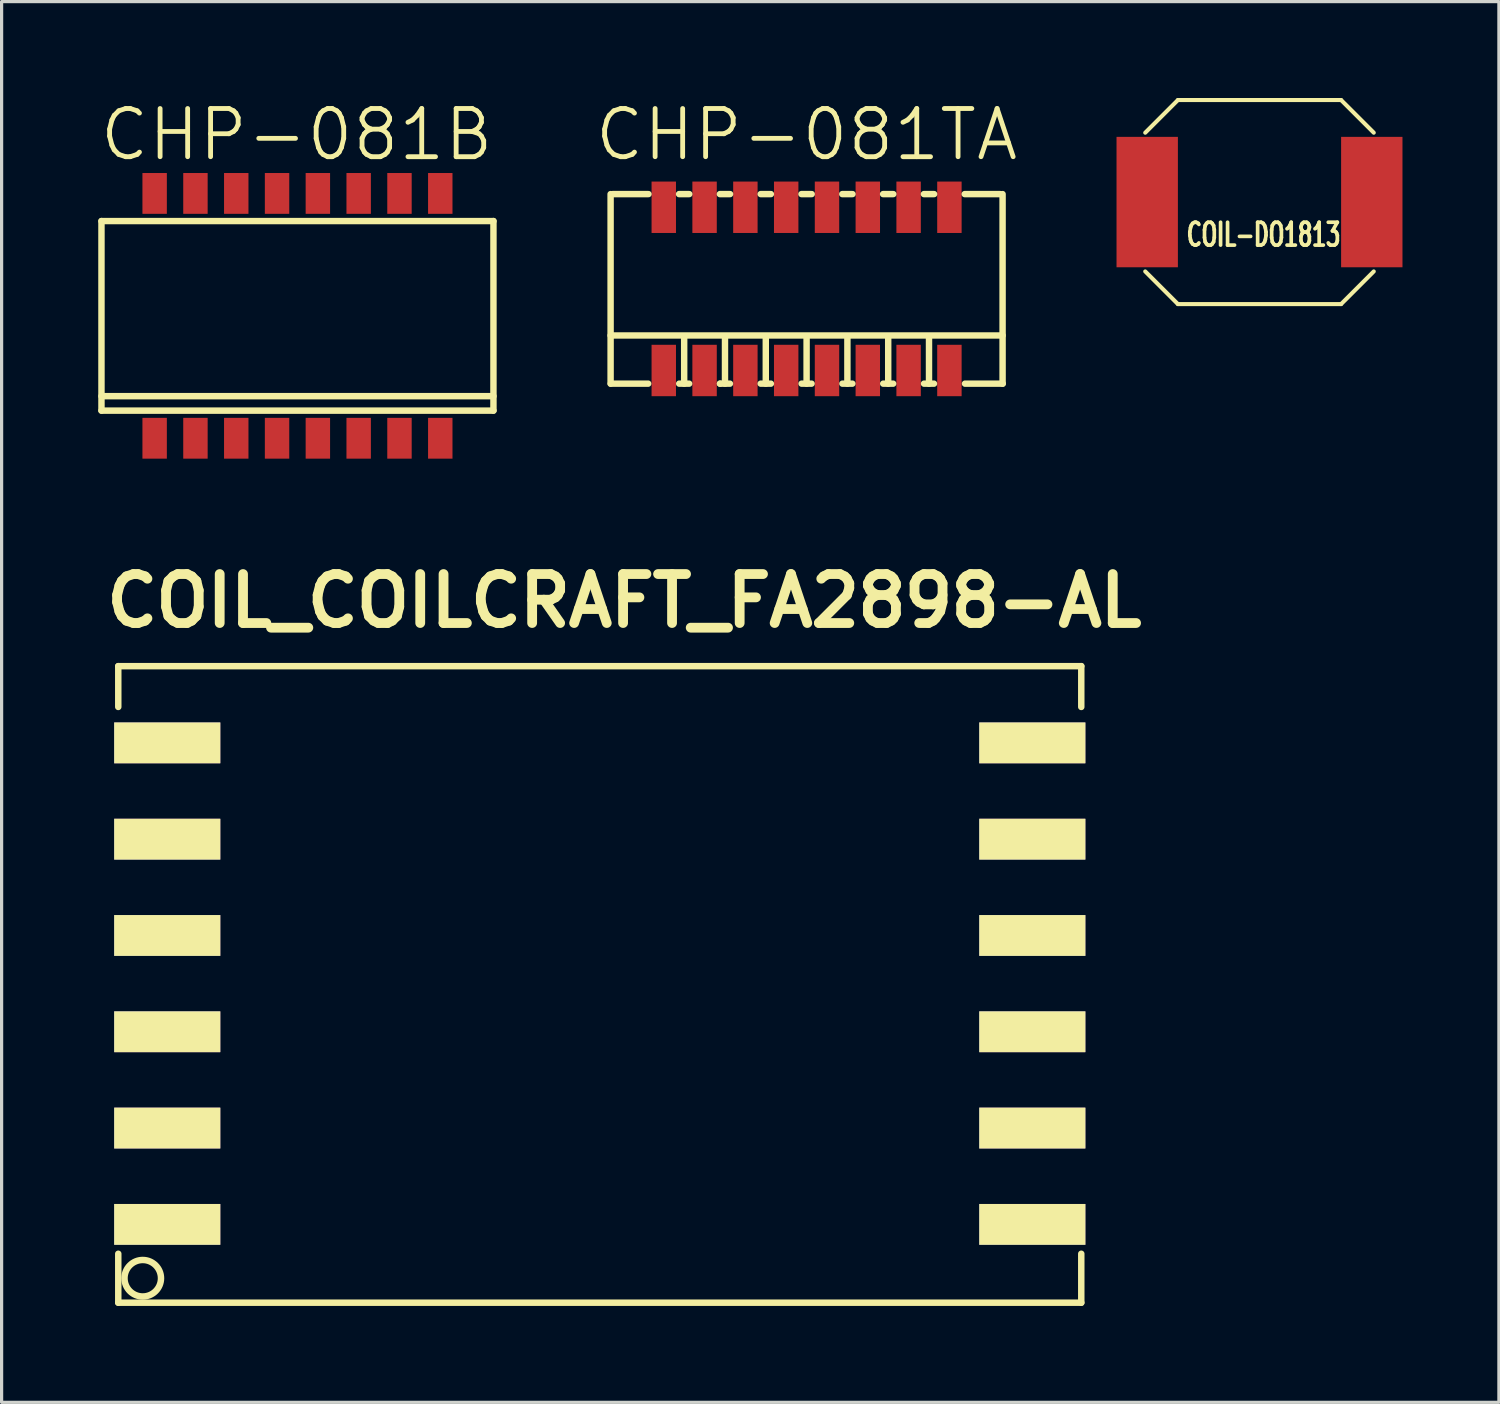
<source format=kicad_pcb>
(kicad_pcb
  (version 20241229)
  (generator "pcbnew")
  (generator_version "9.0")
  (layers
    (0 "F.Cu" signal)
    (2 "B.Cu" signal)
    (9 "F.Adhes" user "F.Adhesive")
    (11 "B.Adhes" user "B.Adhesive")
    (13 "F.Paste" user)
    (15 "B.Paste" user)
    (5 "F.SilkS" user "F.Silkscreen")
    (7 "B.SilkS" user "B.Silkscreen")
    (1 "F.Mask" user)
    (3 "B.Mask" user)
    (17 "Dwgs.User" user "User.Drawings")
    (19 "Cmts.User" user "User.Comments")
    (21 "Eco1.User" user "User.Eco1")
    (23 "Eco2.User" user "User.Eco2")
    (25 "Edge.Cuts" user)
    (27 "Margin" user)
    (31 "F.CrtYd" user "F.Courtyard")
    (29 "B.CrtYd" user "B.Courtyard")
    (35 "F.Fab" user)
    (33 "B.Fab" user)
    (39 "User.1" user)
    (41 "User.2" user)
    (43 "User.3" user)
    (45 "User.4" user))
  (footprint "COIL_COILCRAFT_FA2898-AL"
    (layer "F.Cu")
    (at 15.617 26.065)
    (property "Reference" "COIL_COILCRAFT_FA2898-AL" (at 0.762 -10.414 0) (layer "F.SilkS") (effects (font (size 1.524 1.524) (thickness 0.305))))
    (attr through_hole)
    (fp_line (start -14.986 -8.382) (end 14.986 -8.382) (stroke (width 0.201) (type solid)) (layer "F.SilkS"))
    (fp_line (start -14.986 -7.112) (end -14.986 -8.382) (stroke (width 0.201) (type solid)) (layer "F.SilkS"))
    (fp_line (start -14.986 9.906) (end -14.986 11.43) (stroke (width 0.201) (type solid)) (layer "F.SilkS"))
    (fp_line (start -14.986 11.43) (end 14.986 11.43) (stroke (width 0.201) (type solid)) (layer "F.SilkS"))
    (fp_line (start 14.986 -8.382) (end 14.986 -7.112) (stroke (width 0.201) (type solid)) (layer "F.SilkS"))
    (fp_line (start 14.986 11.43) (end 14.986 9.906) (stroke (width 0.201) (type solid)) (layer "F.SilkS"))
    (fp_circle (center -14.224 10.668) (end -13.716 10.922) (stroke (width 0.201) (type solid)) (fill no) (layer "F.SilkS"))
    (pad "1" thru_hole rect (at -13.462 8.992) (size 3.302 1.27) (drill 0.000001) (layers "*.Cu" "*.Mask" "F.SilkS"))
    (pad "2" thru_hole rect (at -13.462 5.994) (size 3.302 1.27) (drill 0.000001) (layers "*.Cu" "*.Mask" "F.SilkS"))
    (pad "3" thru_hole rect (at -13.462 2.997) (size 3.302 1.27) (drill 0.000001) (layers "*.Cu" "*.Mask" "F.SilkS"))
    (pad "4" thru_hole rect (at -13.462 0) (size 3.302 1.27) (drill 0.000001) (layers "*.Cu" "*.Mask" "F.SilkS"))
    (pad "5" thru_hole rect (at -13.462 -2.997) (size 3.302 1.27) (drill 0.000001) (layers "*.Cu" "*.Mask" "F.SilkS"))
    (pad "6" thru_hole rect (at -13.462 -5.994) (size 3.302 1.27) (drill 0.000001) (layers "*.Cu" "*.Mask" "F.SilkS"))
    (pad "7" thru_hole rect (at 13.462 -5.994) (size 3.302 1.27) (drill 0.000001) (layers "*.Cu" "*.Mask" "F.SilkS"))
    (pad "8" thru_hole rect (at 13.462 -2.997) (size 3.302 1.27) (drill 0.000001) (layers "*.Cu" "*.Mask" "F.SilkS"))
    (pad "9" thru_hole rect (at 13.462 0) (size 3.302 1.27) (drill 0.000001) (layers "*.Cu" "*.Mask" "F.SilkS"))
    (pad "10" thru_hole rect (at 13.462 2.997) (size 3.302 1.27) (drill 0.000001) (layers "*.Cu" "*.Mask" "F.SilkS"))
    (pad "11" thru_hole rect (at 13.462 5.994) (size 3.302 1.27) (drill 0.000001) (layers "*.Cu" "*.Mask" "F.SilkS"))
    (pad "12" thru_hole rect (at 13.462 8.992) (size 3.302 1.27) (drill 0.000001) (layers "*.Cu" "*.Mask" "F.SilkS")))
  (footprint "COIL-DO1813"
    (layer "F.Cu")
    (at 36.15 3.239)
    (property "Reference" "COIL-DO1813" (at 0.127 1.016 0) (layer "F.SilkS") (effects (font (size 0.711 0.457) (thickness 0.127))))
    (attr through_hole)
    (fp_line (start -2.54 -3.175) (end -3.556 -2.159) (stroke (width 0.127) (type solid)) (layer "F.SilkS"))
    (fp_line (start -2.54 -3.175) (end 2.54 -3.175) (stroke (width 0.127) (type solid)) (layer "F.SilkS"))
    (fp_line (start -2.54 3.175) (end -3.556 2.159) (stroke (width 0.127) (type solid)) (layer "F.SilkS"))
    (fp_line (start -2.54 3.175) (end 2.54 3.175) (stroke (width 0.127) (type solid)) (layer "F.SilkS"))
    (fp_line (start 2.54 -3.175) (end 3.556 -2.159) (stroke (width 0.127) (type solid)) (layer "F.SilkS"))
    (fp_line (start 2.54 3.175) (end 3.556 2.159) (stroke (width 0.127) (type solid)) (layer "F.SilkS"))
    (pad "1" smd rect (at -3.495 0) (size 1.91 4.059) (layers "F.Cu" "F.Mask" "F.Paste"))
    (pad "2" smd rect (at 3.495 0) (size 1.91 4.059) (layers "F.Cu" "F.Mask" "F.Paste")))
  (footprint "CHP-081TA"
    (layer "F.Cu")
    (at 22.054 5.941)
    (property "Reference" "CHP-081TA" (at 0 -4.8 0) (layer "F.SilkS") (effects (font (size 1.5 1.5) (thickness 0.15))))
    (attr through_hole)
    (fp_line (start -6.1 -2.95) (end -6.1 2.95) (stroke (width 0.2) (type solid)) (layer "F.SilkS"))
    (fp_line (start -6.1 1.45) (end 6.1 1.45) (stroke (width 0.2) (type solid)) (layer "F.SilkS"))
    (fp_line (start -6.095 2.95) (end -4.93 2.95) (stroke (width 0.2) (type solid)) (layer "F.SilkS"))
    (fp_line (start -4.921 -2.95) (end -6.032 -2.95) (stroke (width 0.2) (type solid)) (layer "F.SilkS"))
    (fp_line (start -3.969 -2.95) (end -3.651 -2.95) (stroke (width 0.2) (type solid)) (layer "F.SilkS"))
    (fp_line (start -3.81 2.95) (end -3.81 1.475) (stroke (width 0.2) (type solid)) (layer "F.SilkS"))
    (fp_line (start -3.655 2.95) (end -3.965 2.95) (stroke (width 0.2) (type solid)) (layer "F.SilkS"))
    (fp_line (start -2.699 -2.95) (end -2.381 -2.95) (stroke (width 0.2) (type solid)) (layer "F.SilkS"))
    (fp_line (start -2.695 2.95) (end -2.69 2.95) (stroke (width 0.2) (type solid)) (layer "F.SilkS"))
    (fp_line (start -2.54 2.95) (end -2.54 1.475) (stroke (width 0.2) (type solid)) (layer "F.SilkS"))
    (fp_line (start -2.385 2.95) (end -2.695 2.95) (stroke (width 0.2) (type solid)) (layer "F.SilkS"))
    (fp_line (start -1.429 -2.95) (end -1.111 -2.95) (stroke (width 0.2) (type solid)) (layer "F.SilkS"))
    (fp_line (start -1.27 2.95) (end -1.27 1.475) (stroke (width 0.2) (type solid)) (layer "F.SilkS"))
    (fp_line (start -1.111 2.95) (end -1.429 2.95) (stroke (width 0.2) (type solid)) (layer "F.SilkS"))
    (fp_line (start -0.159 -2.95) (end 0.159 -2.95) (stroke (width 0.2) (type solid)) (layer "F.SilkS"))
    (fp_line (start 0 2.95) (end 0 1.475) (stroke (width 0.2) (type solid)) (layer "F.SilkS"))
    (fp_line (start 0.155 2.95) (end -0.155 2.95) (stroke (width 0.2) (type solid)) (layer "F.SilkS"))
    (fp_line (start 1.111 -2.95) (end 1.429 -2.95) (stroke (width 0.2) (type solid)) (layer "F.SilkS"))
    (fp_line (start 1.27 2.95) (end 1.27 1.475) (stroke (width 0.2) (type solid)) (layer "F.SilkS"))
    (fp_line (start 1.425 2.95) (end 1.115 2.95) (stroke (width 0.2) (type solid)) (layer "F.SilkS"))
    (fp_line (start 2.381 -2.95) (end 2.699 -2.95) (stroke (width 0.2) (type solid)) (layer "F.SilkS"))
    (fp_line (start 2.54 2.95) (end 2.54 1.475) (stroke (width 0.2) (type solid)) (layer "F.SilkS"))
    (fp_line (start 2.695 2.95) (end 2.385 2.95) (stroke (width 0.2) (type solid)) (layer "F.SilkS"))
    (fp_line (start 3.651 -2.95) (end 3.969 -2.95) (stroke (width 0.2) (type solid)) (layer "F.SilkS"))
    (fp_line (start 3.81 2.95) (end 3.81 1.475) (stroke (width 0.2) (type solid)) (layer "F.SilkS"))
    (fp_line (start 3.965 2.95) (end 3.655 2.95) (stroke (width 0.2) (type solid)) (layer "F.SilkS"))
    (fp_line (start 4.921 -2.95) (end 6.032 -2.95) (stroke (width 0.2) (type solid)) (layer "F.SilkS"))
    (fp_line (start 6.1 2.95) (end 6.1 -2.95) (stroke (width 0.2) (type solid)) (layer "F.SilkS"))
    (fp_line (start 6.105 2.95) (end 4.93 2.95) (stroke (width 0.2) (type solid)) (layer "F.SilkS"))
    (pad "1" smd rect (at -4.445 2.54) (size 0.76 1.6) (layers "F.Cu" "F.Mask" "F.Paste"))
    (pad "2" smd rect (at -4.445 -2.54) (size 0.76 1.6) (layers "F.Cu" "F.Mask" "F.Paste"))
    (pad "3" smd rect (at -3.175 2.54) (size 0.76 1.6) (layers "F.Cu" "F.Mask" "F.Paste"))
    (pad "4" smd rect (at -3.175 -2.54) (size 0.76 1.6) (layers "F.Cu" "F.Mask" "F.Paste"))
    (pad "5" smd rect (at -1.905 2.54) (size 0.76 1.6) (layers "F.Cu" "F.Mask" "F.Paste"))
    (pad "6" smd rect (at -1.905 -2.54) (size 0.76 1.6) (layers "F.Cu" "F.Mask" "F.Paste"))
    (pad "7" smd rect (at -0.635 2.54) (size 0.76 1.6) (layers "F.Cu" "F.Mask" "F.Paste"))
    (pad "8" smd rect (at -0.635 -2.54) (size 0.76 1.6) (layers "F.Cu" "F.Mask" "F.Paste"))
    (pad "9" smd rect (at 0.635 2.54) (size 0.76 1.6) (layers "F.Cu" "F.Mask" "F.Paste"))
    (pad "10" smd rect (at 0.635 -2.54) (size 0.76 1.6) (layers "F.Cu" "F.Mask" "F.Paste"))
    (pad "11" smd rect (at 1.905 2.54) (size 0.76 1.6) (layers "F.Cu" "F.Mask" "F.Paste"))
    (pad "12" smd rect (at 1.905 -2.54) (size 0.76 1.6) (layers "F.Cu" "F.Mask" "F.Paste"))
    (pad "13" smd rect (at 3.175 2.54) (size 0.76 1.6) (layers "F.Cu" "F.Mask" "F.Paste"))
    (pad "14" smd rect (at 3.175 -2.54) (size 0.76 1.6) (layers "F.Cu" "F.Mask" "F.Paste"))
    (pad "15" smd rect (at 4.445 2.54) (size 0.76 1.6) (layers "F.Cu" "F.Mask" "F.Paste"))
    (pad "16" smd rect (at 4.445 -2.54) (size 0.76 1.6) (layers "F.Cu" "F.Mask" "F.Paste")))
  (footprint "CHP-081B"
    (layer "F.Cu")
    (at 6.208 6.78)
    (property "Reference" "CHP-081B" (at -0.025 -5.639 0) (layer "F.SilkS") (effects (font (size 1.5 1.5) (thickness 0.15))))
    (attr through_hole)
    (fp_line (start -6.1 -2.95) (end 6.1 -2.95) (stroke (width 0.2) (type solid)) (layer "F.SilkS"))
    (fp_line (start -6.1 2.5) (end 6.1 2.5) (stroke (width 0.2) (type solid)) (layer "F.SilkS"))
    (fp_line (start -6.1 2.95) (end -6.1 -2.95) (stroke (width 0.2) (type solid)) (layer "F.SilkS"))
    (fp_line (start 6.1 -2.95) (end 6.1 2.95) (stroke (width 0.2) (type solid)) (layer "F.SilkS"))
    (fp_line (start 6.1 2.95) (end -6.1 2.95) (stroke (width 0.2) (type solid)) (layer "F.SilkS"))
    (pad "1" smd rect (at -4.445 3.81) (size 0.76 1.27) (layers "F.Cu" "F.Mask" "F.Paste"))
    (pad "2" smd rect (at -3.175 3.81) (size 0.76 1.27) (layers "F.Cu" "F.Mask" "F.Paste"))
    (pad "3" smd rect (at -1.905 3.81) (size 0.76 1.27) (layers "F.Cu" "F.Mask" "F.Paste"))
    (pad "4" smd rect (at -0.635 3.81) (size 0.76 1.27) (layers "F.Cu" "F.Mask" "F.Paste"))
    (pad "5" smd rect (at 0.635 3.81) (size 0.76 1.27) (layers "F.Cu" "F.Mask" "F.Paste"))
    (pad "6" smd rect (at 1.905 3.81) (size 0.76 1.27) (layers "F.Cu" "F.Mask" "F.Paste"))
    (pad "7" smd rect (at 3.175 3.81) (size 0.76 1.27) (layers "F.Cu" "F.Mask" "F.Paste"))
    (pad "8" smd rect (at 4.445 3.81) (size 0.76 1.27) (layers "F.Cu" "F.Mask" "F.Paste"))
    (pad "9" smd rect (at 4.445 -3.81) (size 0.76 1.27) (layers "F.Cu" "F.Mask" "F.Paste"))
    (pad "10" smd rect (at 3.175 -3.81) (size 0.76 1.27) (layers "F.Cu" "F.Mask" "F.Paste"))
    (pad "11" smd rect (at 1.905 -3.81) (size 0.76 1.27) (layers "F.Cu" "F.Mask" "F.Paste"))
    (pad "12" smd rect (at 0.635 -3.81) (size 0.76 1.27) (layers "F.Cu" "F.Mask" "F.Paste"))
    (pad "13" smd rect (at -0.635 -3.81) (size 0.76 1.27) (layers "F.Cu" "F.Mask" "F.Paste"))
    (pad "14" smd rect (at -1.905 -3.81) (size 0.76 1.27) (layers "F.Cu" "F.Mask" "F.Paste"))
    (pad "15" smd rect (at -3.175 -3.81) (size 0.76 1.27) (layers "F.Cu" "F.Mask" "F.Paste"))
    (pad "16" smd rect (at -4.445 -3.81) (size 0.76 1.27) (layers "F.Cu" "F.Mask" "F.Paste")))
  (gr_rect
    (start -3 -3)
    (end 43.601 40.595)
    (stroke (width 0.1) (type default))
    (fill no)
    (layer "Edge.Cuts")))
</source>
